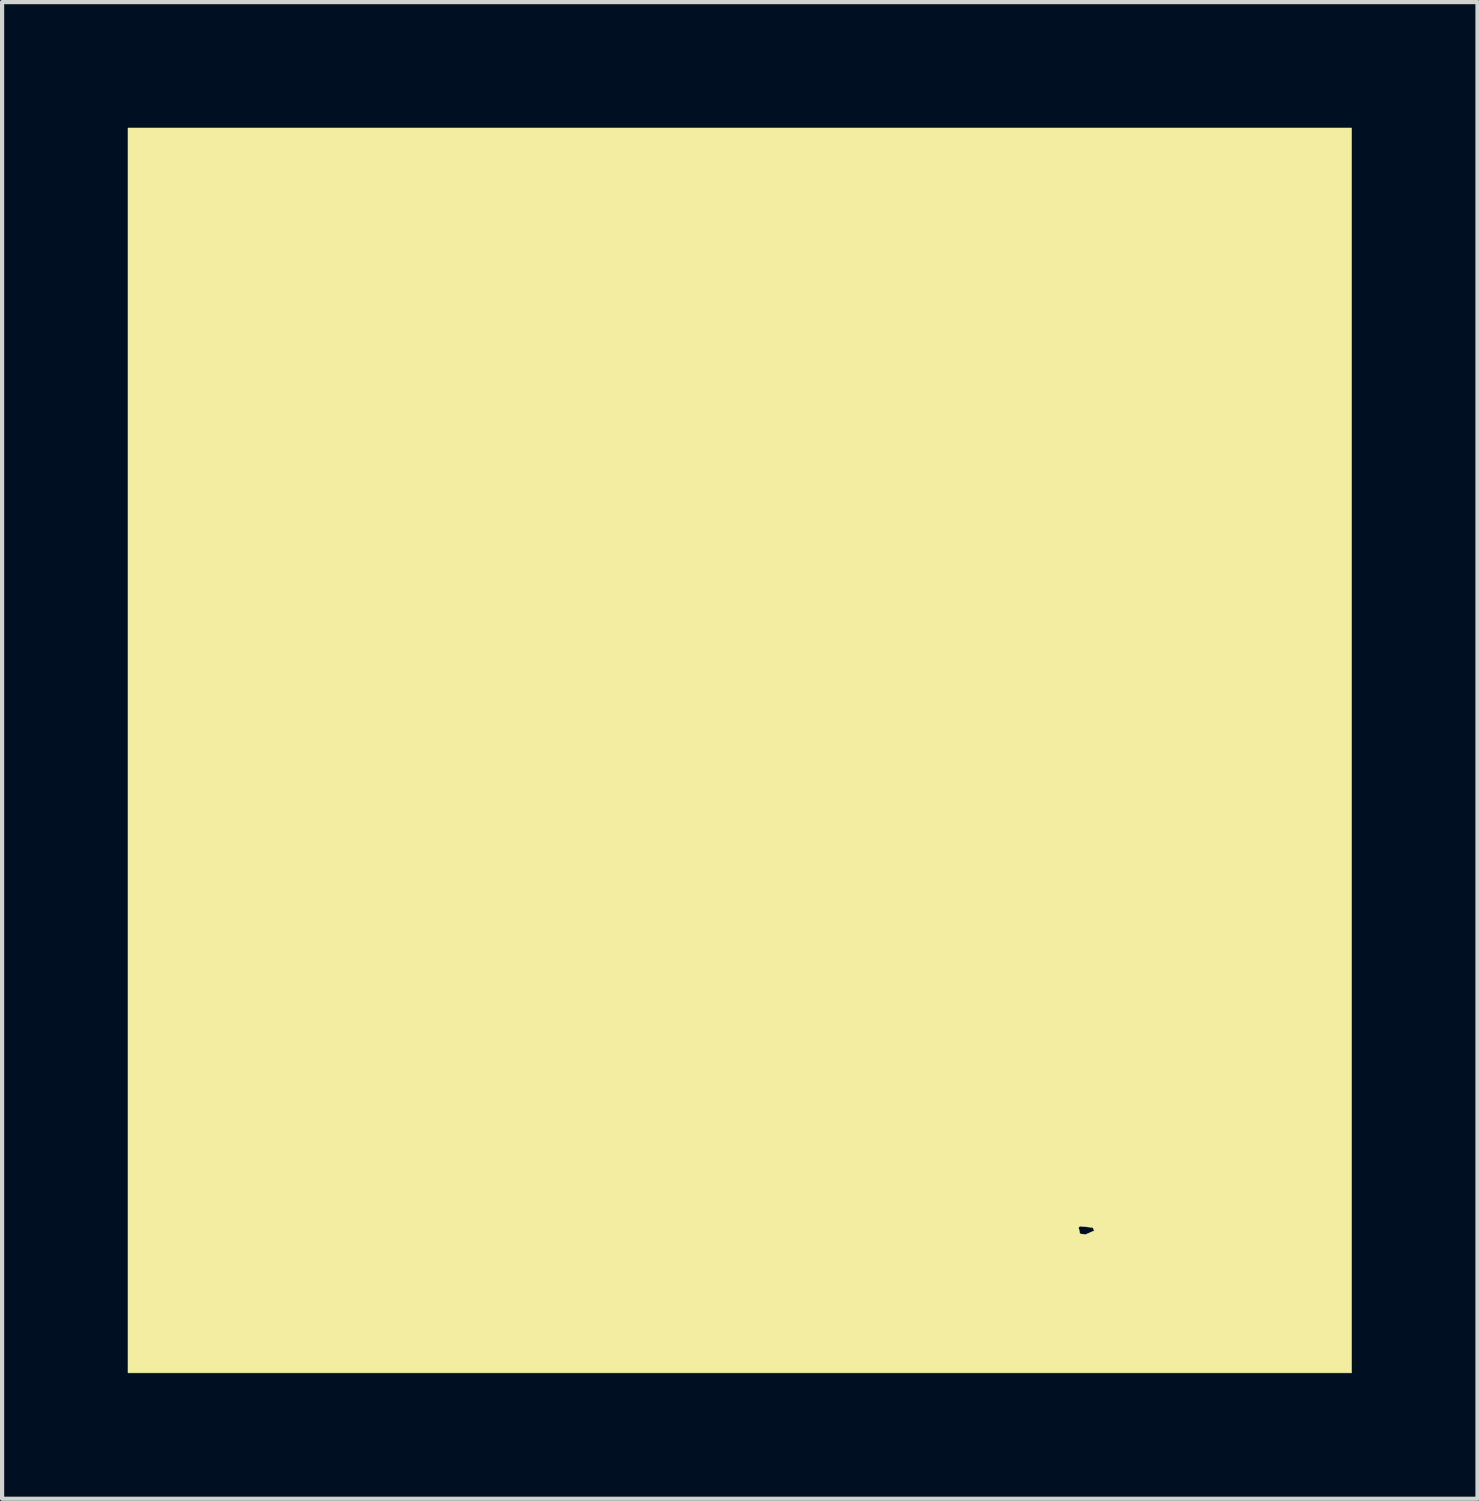
<source format=kicad_pcb>
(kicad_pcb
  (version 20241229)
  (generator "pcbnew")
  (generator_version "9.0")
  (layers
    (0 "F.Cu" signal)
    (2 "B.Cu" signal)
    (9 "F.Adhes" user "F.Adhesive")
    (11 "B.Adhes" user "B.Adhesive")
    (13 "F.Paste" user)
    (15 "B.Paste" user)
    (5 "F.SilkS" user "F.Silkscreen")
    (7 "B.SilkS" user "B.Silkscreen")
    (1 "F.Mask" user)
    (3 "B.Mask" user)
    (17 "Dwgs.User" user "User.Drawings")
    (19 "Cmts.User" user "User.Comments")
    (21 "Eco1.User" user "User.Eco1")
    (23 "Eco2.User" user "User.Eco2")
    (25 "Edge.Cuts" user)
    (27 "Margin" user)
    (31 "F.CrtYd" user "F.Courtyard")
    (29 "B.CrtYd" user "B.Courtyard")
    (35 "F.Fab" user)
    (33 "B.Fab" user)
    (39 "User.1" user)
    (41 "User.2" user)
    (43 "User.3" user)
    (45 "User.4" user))
  (footprint "sadale"
    (layer "F.Cu")
    (at 14.483 14.737)
    (property "Reference" "sadale" (at 0 0 0) (layer "F.SilkS") (effects (font (size 1.524 1.524) (thickness 0.3))))
    (attr through_hole)
    (fp_poly (pts (xy 14.732 14.986) (xy -14.478 14.986) (xy -14.478 11.515) (xy 8.213 11.515) (xy 8.248 11.666) (xy 8.382 11.684) (xy 8.591 11.591) (xy 8.551 11.515) (xy 8.25 11.484) (xy 8.213 11.515) (xy -14.478 11.515) (xy -14.478 -14.732) (xy 14.732 -14.732) (xy 14.732 14.986)) (stroke (width 0.01) (type solid)) (fill yes) (layer "F.SilkS")))
  (gr_rect
    (start -3 -3)
    (end 32.22 32.728)
    (stroke (width 0.1) (type default))
    (fill no)
    (layer "Edge.Cuts")))
</source>
